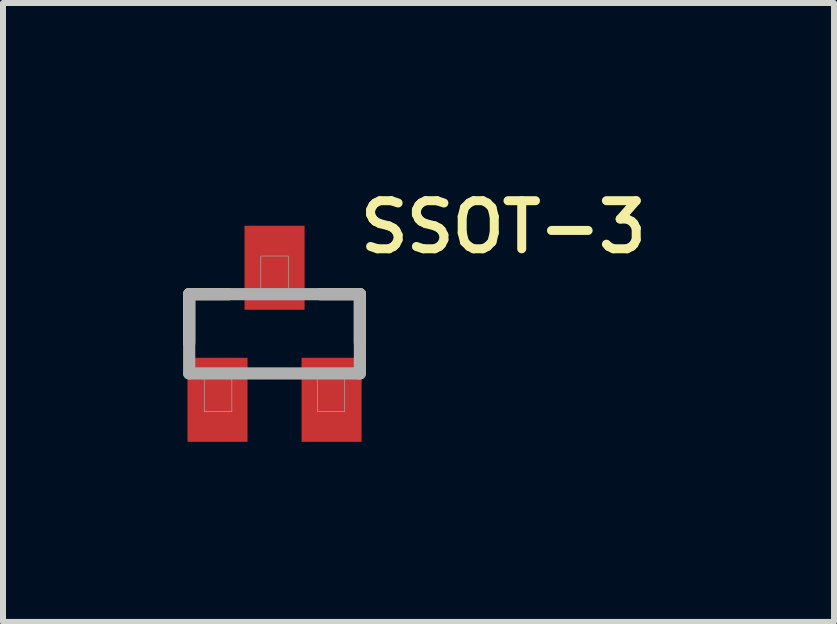
<source format=kicad_pcb>
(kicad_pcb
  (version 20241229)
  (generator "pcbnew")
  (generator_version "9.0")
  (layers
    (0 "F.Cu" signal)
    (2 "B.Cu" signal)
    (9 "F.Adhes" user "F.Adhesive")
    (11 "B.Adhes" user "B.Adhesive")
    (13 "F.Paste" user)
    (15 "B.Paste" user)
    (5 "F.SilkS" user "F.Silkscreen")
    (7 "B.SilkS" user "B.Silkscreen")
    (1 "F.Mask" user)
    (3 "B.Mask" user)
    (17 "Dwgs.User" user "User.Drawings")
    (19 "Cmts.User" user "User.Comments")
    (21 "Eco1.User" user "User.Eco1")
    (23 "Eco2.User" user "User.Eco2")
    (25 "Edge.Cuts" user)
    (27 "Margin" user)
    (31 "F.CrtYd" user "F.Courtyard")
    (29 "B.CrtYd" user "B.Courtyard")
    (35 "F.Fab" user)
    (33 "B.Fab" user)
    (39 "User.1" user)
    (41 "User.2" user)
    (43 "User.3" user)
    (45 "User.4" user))
  (footprint "SSOT-3"
    (layer "F.Cu")
    (at 1.524 2.511)
    (property "Reference" "SSOT-3" (at 3.813 -1.779 0) (layer "F.SilkS") (effects (font (size 0.801 0.801) (thickness 0.15))))
    (attr through_hole)
    (fp_line (start -1.422 -0.66) (end -0.764 -0.66) (stroke (width 0.203) (type solid)) (layer "F.SilkS"))
    (fp_line (start -1.422 0.152) (end -1.422 -0.66) (stroke (width 0.203) (type solid)) (layer "F.SilkS"))
    (fp_line (start 0.764 -0.66) (end 1.422 -0.66) (stroke (width 0.203) (type solid)) (layer "F.SilkS"))
    (fp_line (start 1.422 -0.66) (end 1.422 0.152) (stroke (width 0.203) (type solid)) (layer "F.SilkS"))
    (fp_line (start -1.422 -0.66) (end 1.422 -0.66) (stroke (width 0.203) (type solid)) (layer "F.Fab"))
    (fp_line (start -1.422 0.66) (end -1.422 -0.66) (stroke (width 0.203) (type solid)) (layer "F.Fab"))
    (fp_line (start 1.422 -0.66) (end 1.422 0.66) (stroke (width 0.203) (type solid)) (layer "F.Fab"))
    (fp_line (start 1.422 0.66) (end -1.422 0.66) (stroke (width 0.203) (type solid)) (layer "F.Fab"))
    (fp_poly (pts (xy -1.171 0.711) (xy -0.711 0.711) (xy -0.711 1.298) (xy -1.171 1.298)) (stroke (width 0.01) (type solid)) (fill no) (layer "F.Fab"))
    (fp_poly (pts (xy -0.229 -1.295) (xy 0.229 -1.295) (xy 0.229 -0.712) (xy -0.229 -0.712)) (stroke (width 0.01) (type solid)) (fill no) (layer "F.Fab"))
    (fp_poly (pts (xy 0.712 0.711) (xy 1.168 0.711) (xy 1.168 1.297) (xy 0.712 1.297)) (stroke (width 0.01) (type solid)) (fill no) (layer "F.Fab"))
    (pad "1" smd rect (at -0.95 1.1) (size 1 1.4) (layers "F.Cu" "F.Mask" "F.Paste"))
    (pad "2" smd rect (at 0.95 1.1) (size 1 1.4) (layers "F.Cu" "F.Mask" "F.Paste"))
    (pad "3" smd rect (at 0 -1.1) (size 1 1.4) (layers "F.Cu" "F.Mask" "F.Paste")))
  (gr_rect
    (start -3 -3)
    (end 10.845 7.311)
    (stroke (width 0.1) (type default))
    (fill no)
    (layer "Edge.Cuts")))
</source>
